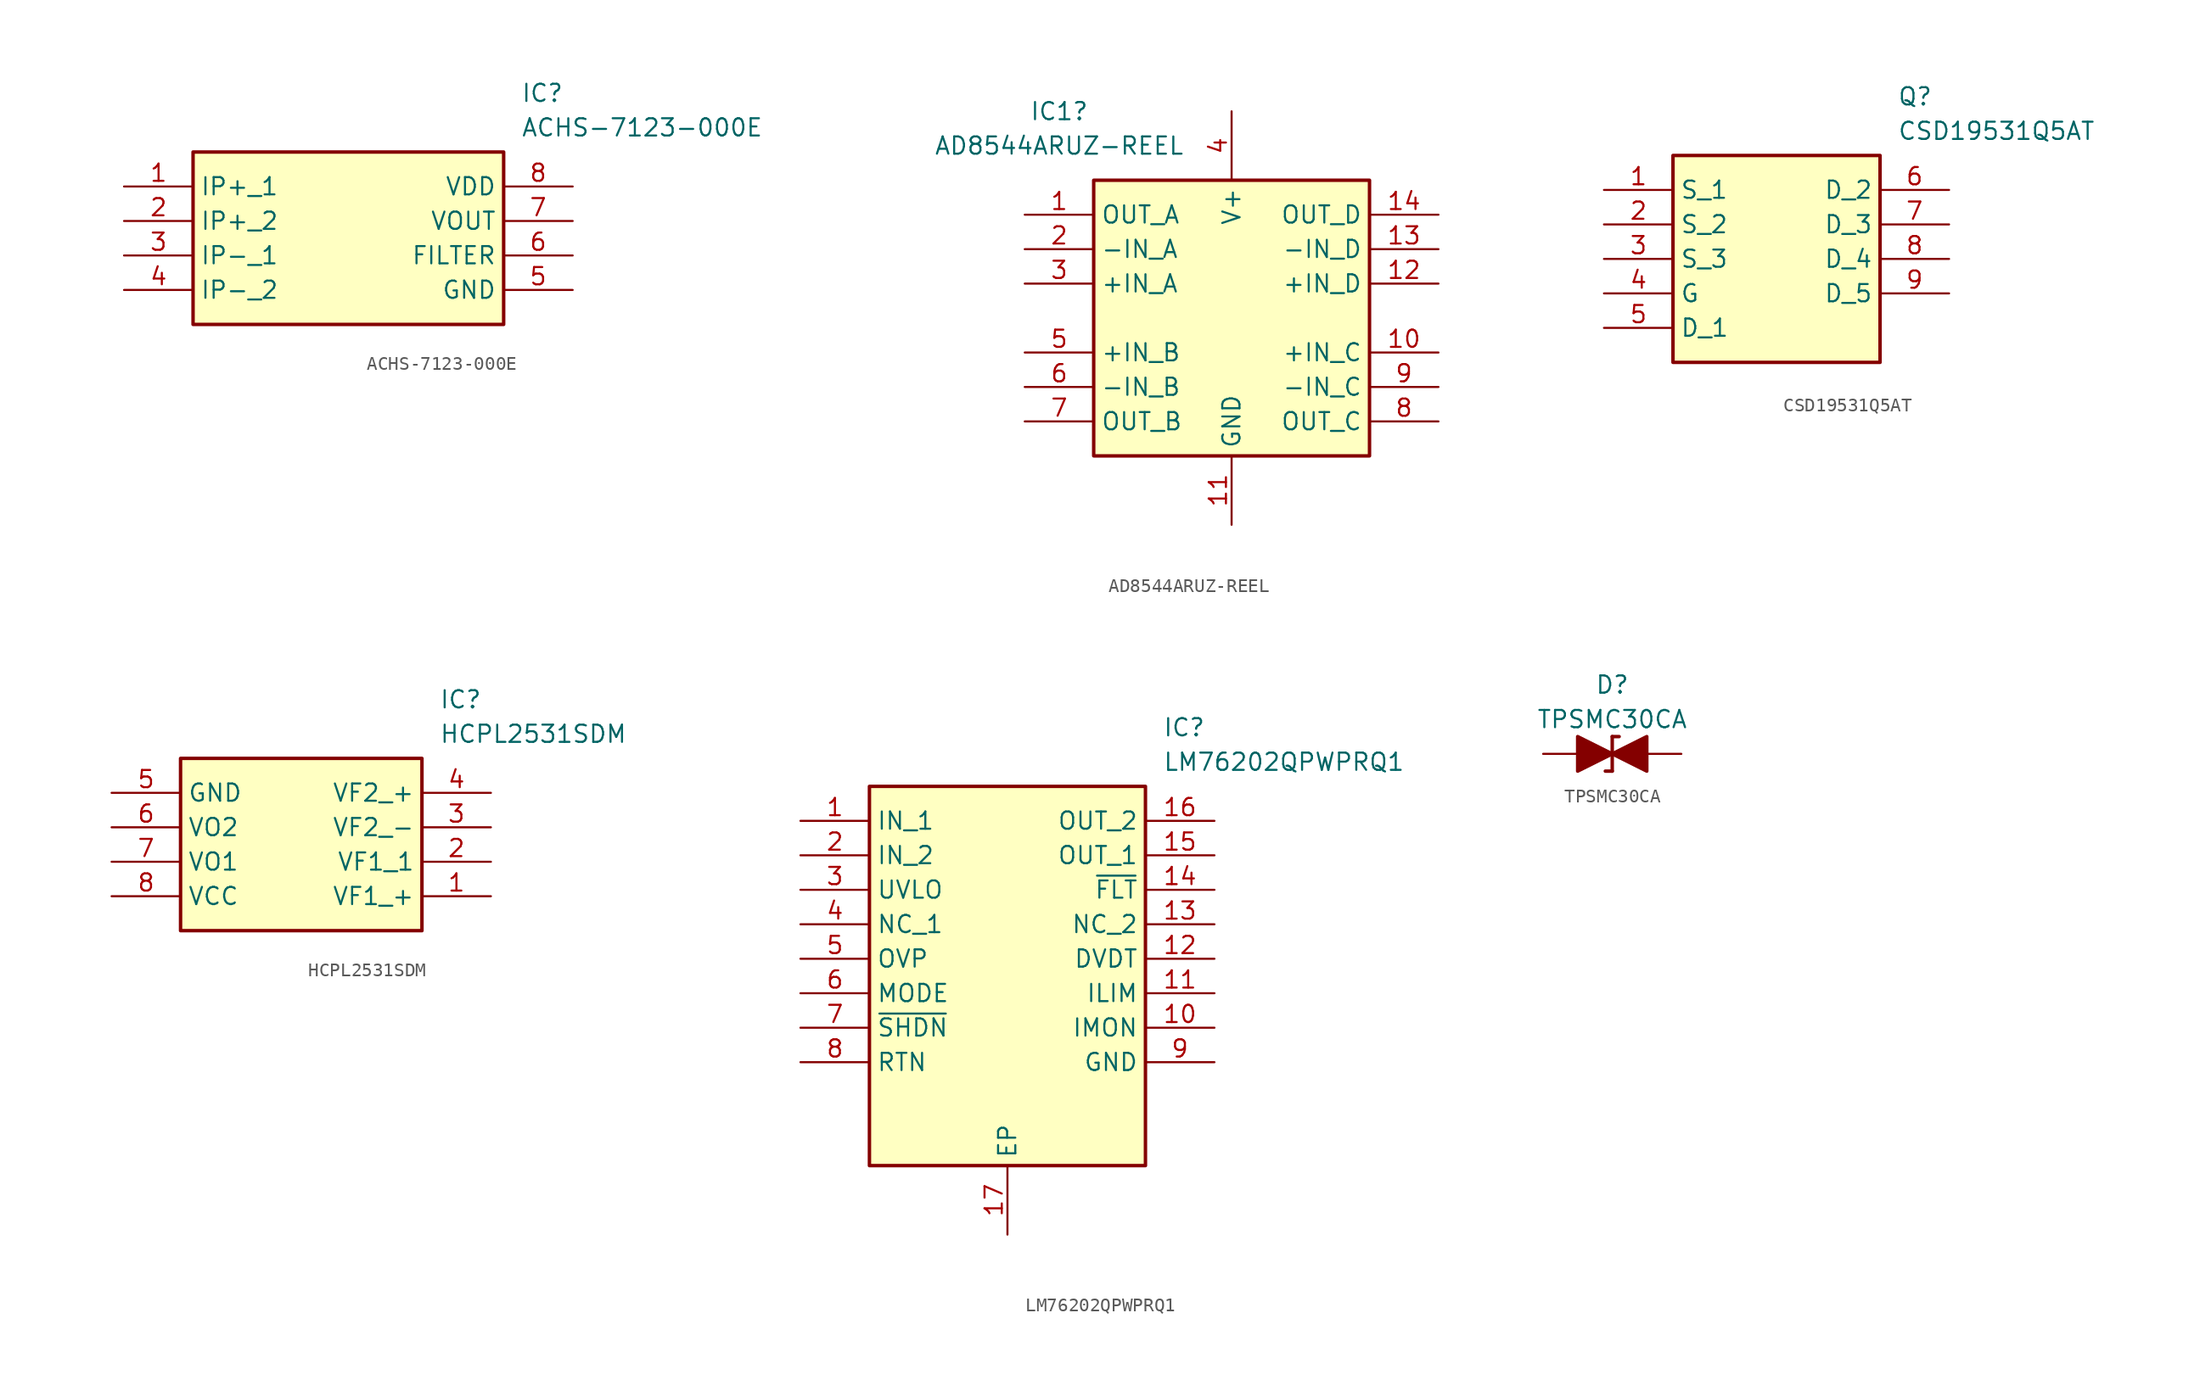
<source format=kicad_sym>
(kicad_symbol_lib
  (version 20220914)
  (generator kicad_symbol_editor)
  (symbol "ACHS-7123-000E"
    (property "Reference" "IC"
      (at 29.21 7.62 0)
      (effects (font (size 1.27 1.27)) (justify left top)))
    (property "Value" "ACHS-7123-000E"
      (at 29.21 5.08 0)
      (effects (font (size 1.27 1.27)) (justify left top)))
    (symbol "ACHS-7123-000E_1_1"
      (rectangle (start 5.08 2.54) (end 27.94 -10.16) (stroke (width 0.254) (type default)) (fill (type background)))
      (pin passive line (at 0 0 0) (length 5.08) (name "IP+_1" (effects (font (size 1.27 1.27)))) (number "1" (effects (font (size 1.27 1.27)))))
      (pin passive line (at 0 -2.54 0) (length 5.08) (name "IP+_2" (effects (font (size 1.27 1.27)))) (number "2" (effects (font (size 1.27 1.27)))))
      (pin passive line (at 0 -5.08 0) (length 5.08) (name "IP-_1" (effects (font (size 1.27 1.27)))) (number "3" (effects (font (size 1.27 1.27)))))
      (pin passive line (at 0 -7.62 0) (length 5.08) (name "IP-_2" (effects (font (size 1.27 1.27)))) (number "4" (effects (font (size 1.27 1.27)))))
      (pin passive line (at 33.02 -7.62 180) (length 5.08) (name "GND" (effects (font (size 1.27 1.27)))) (number "5" (effects (font (size 1.27 1.27)))))
      (pin passive line (at 33.02 -5.08 180) (length 5.08) (name "FILTER" (effects (font (size 1.27 1.27)))) (number "6" (effects (font (size 1.27 1.27)))))
      (pin passive line (at 33.02 -2.54 180) (length 5.08) (name "VOUT" (effects (font (size 1.27 1.27)))) (number "7" (effects (font (size 1.27 1.27)))))
      (pin passive line (at 33.02 0 180) (length 5.08) (name "VDD" (effects (font (size 1.27 1.27)))) (number "8" (effects (font (size 1.27 1.27)))))))
  (symbol "AD8544ARUZ-REEL"
    (property "Reference" "IC1"
      (at 2.54 7.62 0)
      (effects (font (size 1.27 1.27))))
    (property "Value" "AD8544ARUZ-REEL"
      (at 2.54 5.08 0)
      (effects (font (size 1.27 1.27))))
    (symbol "AD8544ARUZ-REEL_1_1"
      (rectangle (start 5.08 2.54) (end 25.4 -17.78) (stroke (width 0.254) (type default)) (fill (type background)))
      (pin passive line (at 0 0 0) (length 5.08) (name "OUT_A" (effects (font (size 1.27 1.27)))) (number "1" (effects (font (size 1.27 1.27)))))
      (pin passive line (at 30.48 -10.16 180) (length 5.08) (name "+IN_C" (effects (font (size 1.27 1.27)))) (number "10" (effects (font (size 1.27 1.27)))))
      (pin passive line (at 15.24 -22.86 90) (length 5.08) (name "GND" (effects (font (size 1.27 1.27)))) (number "11" (effects (font (size 1.27 1.27)))))
      (pin passive line (at 30.48 -5.08 180) (length 5.08) (name "+IN_D" (effects (font (size 1.27 1.27)))) (number "12" (effects (font (size 1.27 1.27)))))
      (pin passive line (at 30.48 -2.54 180) (length 5.08) (name "-IN_D" (effects (font (size 1.27 1.27)))) (number "13" (effects (font (size 1.27 1.27)))))
      (pin passive line (at 30.48 0 180) (length 5.08) (name "OUT_D" (effects (font (size 1.27 1.27)))) (number "14" (effects (font (size 1.27 1.27)))))
      (pin passive line (at 0 -2.54 0) (length 5.08) (name "-IN_A" (effects (font (size 1.27 1.27)))) (number "2" (effects (font (size 1.27 1.27)))))
      (pin passive line (at 0 -5.08 0) (length 5.08) (name "+IN_A" (effects (font (size 1.27 1.27)))) (number "3" (effects (font (size 1.27 1.27)))))
      (pin passive line (at 15.24 7.62 270) (length 5.08) (name "V+" (effects (font (size 1.27 1.27)))) (number "4" (effects (font (size 1.27 1.27)))))
      (pin passive line (at 0 -10.16 0) (length 5.08) (name "+IN_B" (effects (font (size 1.27 1.27)))) (number "5" (effects (font (size 1.27 1.27)))))
      (pin passive line (at 0 -12.7 0) (length 5.08) (name "-IN_B" (effects (font (size 1.27 1.27)))) (number "6" (effects (font (size 1.27 1.27)))))
      (pin passive line (at 0 -15.24 0) (length 5.08) (name "OUT_B" (effects (font (size 1.27 1.27)))) (number "7" (effects (font (size 1.27 1.27)))))
      (pin passive line (at 30.48 -15.24 180) (length 5.08) (name "OUT_C" (effects (font (size 1.27 1.27)))) (number "8" (effects (font (size 1.27 1.27)))))
      (pin passive line (at 30.48 -12.7 180) (length 5.08) (name "-IN_C" (effects (font (size 1.27 1.27)))) (number "9" (effects (font (size 1.27 1.27)))))))
  (symbol "CSD19531Q5AT"
    (property "Reference" "Q"
      (at 21.59 7.62 0)
      (effects (font (size 1.27 1.27)) (justify left top)))
    (property "Value" "CSD19531Q5AT"
      (at 21.59 5.08 0)
      (effects (font (size 1.27 1.27)) (justify left top)))
    (symbol "CSD19531Q5AT_1_1"
      (rectangle (start 5.08 2.54) (end 20.32 -12.7) (stroke (width 0.254) (type default)) (fill (type background)))
      (pin passive line (at 0 0 0) (length 5.08) (name "S_1" (effects (font (size 1.27 1.27)))) (number "1" (effects (font (size 1.27 1.27)))))
      (pin passive line (at 0 -2.54 0) (length 5.08) (name "S_2" (effects (font (size 1.27 1.27)))) (number "2" (effects (font (size 1.27 1.27)))))
      (pin passive line (at 0 -5.08 0) (length 5.08) (name "S_3" (effects (font (size 1.27 1.27)))) (number "3" (effects (font (size 1.27 1.27)))))
      (pin passive line (at 0 -7.62 0) (length 5.08) (name "G" (effects (font (size 1.27 1.27)))) (number "4" (effects (font (size 1.27 1.27)))))
      (pin passive line (at 0 -10.16 0) (length 5.08) (name "D_1" (effects (font (size 1.27 1.27)))) (number "5" (effects (font (size 1.27 1.27)))))
      (pin passive line (at 25.4 0 180) (length 5.08) (name "D_2" (effects (font (size 1.27 1.27)))) (number "6" (effects (font (size 1.27 1.27)))))
      (pin passive line (at 25.4 -2.54 180) (length 5.08) (name "D_3" (effects (font (size 1.27 1.27)))) (number "7" (effects (font (size 1.27 1.27)))))
      (pin passive line (at 25.4 -5.08 180) (length 5.08) (name "D_4" (effects (font (size 1.27 1.27)))) (number "8" (effects (font (size 1.27 1.27)))))
      (pin passive line (at 25.4 -7.62 180) (length 5.08) (name "D_5" (effects (font (size 1.27 1.27)))) (number "9" (effects (font (size 1.27 1.27)))))))
  (symbol "HCPL2531SDM"
    (property "Reference" "IC"
      (at 24.13 7.62 0)
      (effects (font (size 1.27 1.27)) (justify left top)))
    (property "Value" "HCPL2531SDM"
      (at 24.13 5.08 0)
      (effects (font (size 1.27 1.27)) (justify left top)))
    (symbol "HCPL2531SDM_1_1"
      (rectangle (start 5.08 2.54) (end 22.86 -10.16) (stroke (width 0.254) (type default)) (fill (type background)))
      (pin passive line (at 27.94 -7.62 180) (length 5.08) (name "VF1_+" (effects (font (size 1.27 1.27)))) (number "1" (effects (font (size 1.27 1.27)))))
      (pin passive line (at 27.94 -5.08 180) (length 5.08) (name "VF1_1" (effects (font (size 1.27 1.27)))) (number "2" (effects (font (size 1.27 1.27)))))
      (pin passive line (at 27.94 -2.54 180) (length 5.08) (name "VF2_-" (effects (font (size 1.27 1.27)))) (number "3" (effects (font (size 1.27 1.27)))))
      (pin passive line (at 27.94 0 180) (length 5.08) (name "VF2_+" (effects (font (size 1.27 1.27)))) (number "4" (effects (font (size 1.27 1.27)))))
      (pin passive line (at 0 0 0) (length 5.08) (name "GND" (effects (font (size 1.27 1.27)))) (number "5" (effects (font (size 1.27 1.27)))))
      (pin passive line (at 0 -2.54 0) (length 5.08) (name "VO2" (effects (font (size 1.27 1.27)))) (number "6" (effects (font (size 1.27 1.27)))))
      (pin passive line (at 0 -5.08 0) (length 5.08) (name "VO1" (effects (font (size 1.27 1.27)))) (number "7" (effects (font (size 1.27 1.27)))))
      (pin passive line (at 0 -7.62 0) (length 5.08) (name "VCC" (effects (font (size 1.27 1.27)))) (number "8" (effects (font (size 1.27 1.27)))))))
  (symbol "LM76202QPWPRQ1"
    (property "Reference" "IC"
      (at 26.67 7.62 0)
      (effects (font (size 1.27 1.27)) (justify left top)))
    (property "Value" "LM76202QPWPRQ1"
      (at 26.67 5.08 0)
      (effects (font (size 1.27 1.27)) (justify left top)))
    (symbol "LM76202QPWPRQ1_1_1"
      (rectangle (start 5.08 2.54) (end 25.4 -25.4) (stroke (width 0.254) (type default)) (fill (type background)))
      (pin passive line (at 0 0 0) (length 5.08) (name "IN_1" (effects (font (size 1.27 1.27)))) (number "1" (effects (font (size 1.27 1.27)))))
      (pin passive line (at 30.48 -15.24 180) (length 5.08) (name "IMON" (effects (font (size 1.27 1.27)))) (number "10" (effects (font (size 1.27 1.27)))))
      (pin passive line (at 30.48 -12.7 180) (length 5.08) (name "ILIM" (effects (font (size 1.27 1.27)))) (number "11" (effects (font (size 1.27 1.27)))))
      (pin passive line (at 30.48 -10.16 180) (length 5.08) (name "DVDT" (effects (font (size 1.27 1.27)))) (number "12" (effects (font (size 1.27 1.27)))))
      (pin passive line (at 30.48 -7.62 180) (length 5.08) (name "NC_2" (effects (font (size 1.27 1.27)))) (number "13" (effects (font (size 1.27 1.27)))))
      (pin passive line (at 30.48 -5.08 180) (length 5.08) (name "~{FLT}" (effects (font (size 1.27 1.27)))) (number "14" (effects (font (size 1.27 1.27)))))
      (pin passive line (at 30.48 -2.54 180) (length 5.08) (name "OUT_1" (effects (font (size 1.27 1.27)))) (number "15" (effects (font (size 1.27 1.27)))))
      (pin passive line (at 30.48 0 180) (length 5.08) (name "OUT_2" (effects (font (size 1.27 1.27)))) (number "16" (effects (font (size 1.27 1.27)))))
      (pin passive line (at 15.24 -30.48 90) (length 5.08) (name "EP" (effects (font (size 1.27 1.27)))) (number "17" (effects (font (size 1.27 1.27)))))
      (pin passive line (at 0 -2.54 0) (length 5.08) (name "IN_2" (effects (font (size 1.27 1.27)))) (number "2" (effects (font (size 1.27 1.27)))))
      (pin passive line (at 0 -5.08 0) (length 5.08) (name "UVLO" (effects (font (size 1.27 1.27)))) (number "3" (effects (font (size 1.27 1.27)))))
      (pin passive line (at 0 -7.62 0) (length 5.08) (name "NC_1" (effects (font (size 1.27 1.27)))) (number "4" (effects (font (size 1.27 1.27)))))
      (pin passive line (at 0 -10.16 0) (length 5.08) (name "OVP" (effects (font (size 1.27 1.27)))) (number "5" (effects (font (size 1.27 1.27)))))
      (pin passive line (at 0 -12.7 0) (length 5.08) (name "MODE" (effects (font (size 1.27 1.27)))) (number "6" (effects (font (size 1.27 1.27)))))
      (pin passive line (at 0 -15.24 0) (length 5.08) (name "~{SHDN}" (effects (font (size 1.27 1.27)))) (number "7" (effects (font (size 1.27 1.27)))))
      (pin passive line (at 0 -17.78 0) (length 5.08) (name "RTN" (effects (font (size 1.27 1.27)))) (number "8" (effects (font (size 1.27 1.27)))))
      (pin passive line (at 30.48 -17.78 180) (length 5.08) (name "GND" (effects (font (size 1.27 1.27)))) (number "9" (effects (font (size 1.27 1.27)))))))
  (symbol "TPSMC30CA"
    (pin_numbers hide)
    (pin_names
      (offset 1.016) hide)
    (property "Reference" "D"
      (at 0 5.08 0)
      (effects (font (size 1.27 1.27))))
    (property "Value" "TPSMC30CA"
      (at 0 2.54 0)
      (effects (font (size 1.27 1.27))))
    (symbol "TPSMC30CA_0_1"
      (polyline (pts (xy 0 -1.27) (xy -0.508 -1.27)) (stroke (width 0.254) (type default)) (fill (type none)))
      (polyline (pts (xy 0 1.27) (xy 0 -1.27)) (stroke (width 0.254) (type default)) (fill (type none)))
      (polyline (pts (xy 0 1.27) (xy 0.508 1.27)) (stroke (width 0.254) (type default)) (fill (type none)))
      (polyline (pts (xy 1.27 0) (xy -1.27 0)) (stroke (width 0) (type default)) (fill (type none)))
      (polyline (pts (xy 0 0) (xy -2.54 1.27) (xy -2.54 -1.27) (xy 0 0)) (stroke (width 0.254) (type default)) (fill (type outline)))
      (polyline (pts (xy 2.54 1.27) (xy 2.54 -1.27) (xy 0 0) (xy 2.54 1.27)) (stroke (width 0.254) (type default)) (fill (type outline))))
    (symbol "TPSMC30CA_1_1"
      (pin passive line (at -5.08 0 0) (length 2.54) (name "K" (effects (font (size 1.27 1.27)))) (number "1" (effects (font (size 1.27 1.27)))))
      (pin passive line (at 5.08 0 180) (length 2.54) (name "A" (effects (font (size 1.27 1.27)))) (number "2" (effects (font (size 1.27 1.27))))))))
</source>
